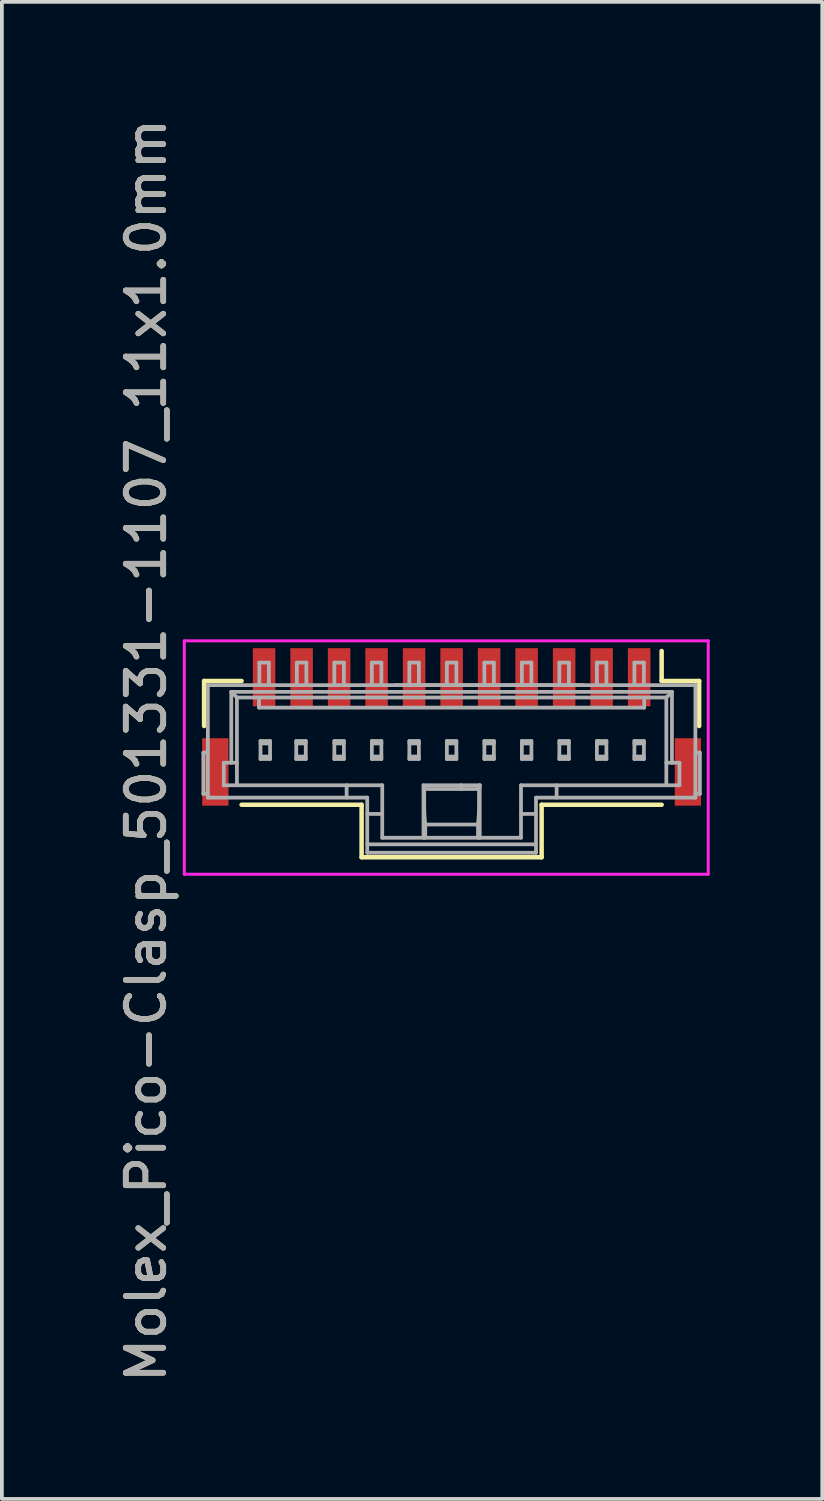
<source format=kicad_pcb>
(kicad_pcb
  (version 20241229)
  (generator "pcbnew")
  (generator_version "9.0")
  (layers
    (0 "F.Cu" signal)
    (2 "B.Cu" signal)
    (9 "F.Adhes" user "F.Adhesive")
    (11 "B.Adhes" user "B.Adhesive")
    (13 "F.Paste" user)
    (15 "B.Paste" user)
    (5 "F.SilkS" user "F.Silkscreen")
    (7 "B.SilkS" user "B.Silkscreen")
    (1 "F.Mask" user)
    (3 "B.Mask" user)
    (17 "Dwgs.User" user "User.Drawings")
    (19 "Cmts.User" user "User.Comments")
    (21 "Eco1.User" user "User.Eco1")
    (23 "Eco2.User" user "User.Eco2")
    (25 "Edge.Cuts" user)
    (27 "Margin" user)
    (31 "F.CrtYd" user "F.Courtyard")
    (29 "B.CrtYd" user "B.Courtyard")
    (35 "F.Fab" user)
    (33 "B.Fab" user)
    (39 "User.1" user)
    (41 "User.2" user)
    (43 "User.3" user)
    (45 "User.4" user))
  (footprint "Molex_Pico-Clasp_501331-1107_11x1.0mm"
    (layer "F.Cu")
    (at 9.992 16.958)
    (property "Reference" "Molex_Pico-Clasp_501331-1107_11x1.0mm" (at -9.144 0 90) (layer "F.SilkS") (effects (font (size 1 1) (thickness 0.15))))
    (attr smd)
    (fp_line (start -7.6 -1.85) (end -6.6 -1.85) (stroke (width 0.12) (type solid)) (layer "F.SilkS"))
    (fp_line (start -7.6 -0.65) (end -7.6 -1.85) (stroke (width 0.12) (type solid)) (layer "F.SilkS"))
    (fp_line (start -3.4 1.45) (end -6.6 1.45) (stroke (width 0.12) (type solid)) (layer "F.SilkS"))
    (fp_line (start -3.4 2.85) (end -3.4 1.45) (stroke (width 0.12) (type solid)) (layer "F.SilkS"))
    (fp_line (start -3.4 2.85) (end 1.4 2.85) (stroke (width 0.12) (type solid)) (layer "F.SilkS"))
    (fp_line (start 1.4 1.45) (end 4.6 1.45) (stroke (width 0.12) (type solid)) (layer "F.SilkS"))
    (fp_line (start 1.4 2.85) (end 1.4 1.45) (stroke (width 0.12) (type solid)) (layer "F.SilkS"))
    (fp_line (start 4.6 -1.85) (end 4.6 -2.65) (stroke (width 0.12) (type solid)) (layer "F.SilkS"))
    (fp_line (start 5.6 -1.85) (end 4.6 -1.85) (stroke (width 0.12) (type solid)) (layer "F.SilkS"))
    (fp_line (start 5.6 -0.65) (end 5.6 -1.85) (stroke (width 0.12) (type solid)) (layer "F.SilkS"))
    (fp_line (start -8.128 -2.921) (end 5.842 -2.921) (stroke (width 0.08) (type solid)) (layer "F.CrtYd"))
    (fp_line (start -8.128 3.302) (end -8.128 -2.921) (stroke (width 0.08) (type solid)) (layer "F.CrtYd"))
    (fp_line (start 5.842 -2.921) (end 5.842 3.302) (stroke (width 0.08) (type solid)) (layer "F.CrtYd"))
    (fp_line (start 5.842 3.302) (end -8.128 3.302) (stroke (width 0.08) (type solid)) (layer "F.CrtYd"))
    (fp_line (start -7.62 0.06) (end -7.62 1.16) (stroke (width 0.1) (type solid)) (layer "F.Fab"))
    (fp_line (start -7.62 0.06) (end -7.5 0.06) (stroke (width 0.1) (type solid)) (layer "F.Fab"))
    (fp_line (start -7.5 -1.74) (end 5.5 -1.74) (stroke (width 0.1) (type solid)) (layer "F.Fab"))
    (fp_line (start -7.5 1.16) (end -7.62 1.16) (stroke (width 0.1) (type solid)) (layer "F.Fab"))
    (fp_line (start -7.5 1.26) (end -7.5 -1.74) (stroke (width 0.1) (type solid)) (layer "F.Fab"))
    (fp_line (start -7.5 1.26) (end -3.25 1.26) (stroke (width 0.1) (type solid)) (layer "F.Fab"))
    (fp_line (start -7.075 0.33) (end -7.075 0.93) (stroke (width 0.1) (type solid)) (layer "F.Fab"))
    (fp_line (start -7.075 0.33) (end -6.725 0.33) (stroke (width 0.1) (type solid)) (layer "F.Fab"))
    (fp_line (start -6.875 -1.56) (end -6.725 -1.41) (stroke (width 0.1) (type solid)) (layer "F.Fab"))
    (fp_line (start -6.875 -1.56) (end 4.875 -1.56) (stroke (width 0.1) (type solid)) (layer "F.Fab"))
    (fp_line (start -6.875 0.33) (end -6.875 -1.56) (stroke (width 0.1) (type solid)) (layer "F.Fab"))
    (fp_line (start -6.725 -1.41) (end 4.725 -1.41) (stroke (width 0.1) (type solid)) (layer "F.Fab"))
    (fp_line (start -6.725 0.93) (end -6.725 -1.41) (stroke (width 0.1) (type solid)) (layer "F.Fab"))
    (fp_line (start -6.135 -1.14) (end -6.135 -1.41) (stroke (width 0.1) (type solid)) (layer "F.Fab"))
    (fp_line (start -6.127 -2.34) (end -5.873 -2.34) (stroke (width 0.1) (type solid)) (layer "F.Fab"))
    (fp_line (start -6.127 -1.74) (end -6.127 -2.34) (stroke (width 0.1) (type solid)) (layer "F.Fab"))
    (fp_line (start -6.096 -0.25) (end -6.096 0.23) (stroke (width 0.1) (type solid)) (layer "F.Fab"))
    (fp_line (start -6.096 -0.25) (end -5.841 -0.25) (stroke (width 0.1) (type solid)) (layer "F.Fab"))
    (fp_line (start -6.096 -0.185) (end -5.841 -0.185) (stroke (width 0.1) (type solid)) (layer "F.Fab"))
    (fp_line (start -6.096 0.165) (end -5.841 0.165) (stroke (width 0.1) (type solid)) (layer "F.Fab"))
    (fp_line (start -6.096 0.23) (end -5.841 0.23) (stroke (width 0.1) (type solid)) (layer "F.Fab"))
    (fp_line (start -5.873 -2.34) (end -5.873 -1.74) (stroke (width 0.1) (type solid)) (layer "F.Fab"))
    (fp_line (start -5.841 -0.25) (end -5.841 0.23) (stroke (width 0.1) (type solid)) (layer "F.Fab"))
    (fp_line (start -5.143 -0.25) (end -5.143 0.23) (stroke (width 0.1) (type solid)) (layer "F.Fab"))
    (fp_line (start -5.143 -0.25) (end -4.889 -0.25) (stroke (width 0.1) (type solid)) (layer "F.Fab"))
    (fp_line (start -5.143 -0.185) (end -4.889 -0.185) (stroke (width 0.1) (type solid)) (layer "F.Fab"))
    (fp_line (start -5.143 0.165) (end -4.889 0.165) (stroke (width 0.1) (type solid)) (layer "F.Fab"))
    (fp_line (start -5.143 0.23) (end -4.889 0.23) (stroke (width 0.1) (type solid)) (layer "F.Fab"))
    (fp_line (start -5.127 -2.34) (end -4.873 -2.34) (stroke (width 0.1) (type solid)) (layer "F.Fab"))
    (fp_line (start -5.127 -1.74) (end -5.127 -2.34) (stroke (width 0.1) (type solid)) (layer "F.Fab"))
    (fp_line (start -4.889 -0.25) (end -4.889 0.23) (stroke (width 0.1) (type solid)) (layer "F.Fab"))
    (fp_line (start -4.873 -2.34) (end -4.873 -1.74) (stroke (width 0.1) (type solid)) (layer "F.Fab"))
    (fp_line (start -4.127 -2.34) (end -3.873 -2.34) (stroke (width 0.1) (type solid)) (layer "F.Fab"))
    (fp_line (start -4.127 -1.74) (end -4.127 -2.34) (stroke (width 0.1) (type solid)) (layer "F.Fab"))
    (fp_line (start -4.127 -0.25) (end -4.127 0.23) (stroke (width 0.1) (type solid)) (layer "F.Fab"))
    (fp_line (start -4.127 -0.25) (end -3.873 -0.25) (stroke (width 0.1) (type solid)) (layer "F.Fab"))
    (fp_line (start -4.127 -0.185) (end -3.873 -0.185) (stroke (width 0.1) (type solid)) (layer "F.Fab"))
    (fp_line (start -4.127 0.165) (end -3.873 0.165) (stroke (width 0.1) (type solid)) (layer "F.Fab"))
    (fp_line (start -4.127 0.23) (end -3.873 0.23) (stroke (width 0.1) (type solid)) (layer "F.Fab"))
    (fp_line (start -3.873 -2.34) (end -3.873 -1.74) (stroke (width 0.1) (type solid)) (layer "F.Fab"))
    (fp_line (start -3.873 -0.25) (end -3.873 0.23) (stroke (width 0.1) (type solid)) (layer "F.Fab"))
    (fp_line (start -3.8 0.93) (end -3.8 1.26) (stroke (width 0.1) (type solid)) (layer "F.Fab"))
    (fp_line (start -3.25 1.695) (end -2.85 1.695) (stroke (width 0.1) (type solid)) (layer "F.Fab"))
    (fp_line (start -3.25 2.505) (end 1.25 2.505) (stroke (width 0.1) (type solid)) (layer "F.Fab"))
    (fp_line (start -3.25 2.73) (end -3.25 1.26) (stroke (width 0.1) (type solid)) (layer "F.Fab"))
    (fp_line (start -3.127 -2.34) (end -3.127 -1.74) (stroke (width 0.1) (type solid)) (layer "F.Fab"))
    (fp_line (start -3.127 -2.34) (end -2.873 -2.34) (stroke (width 0.1) (type solid)) (layer "F.Fab"))
    (fp_line (start -3.127 -0.25) (end -3.127 0.23) (stroke (width 0.1) (type solid)) (layer "F.Fab"))
    (fp_line (start -3.127 -0.25) (end -2.873 -0.25) (stroke (width 0.1) (type solid)) (layer "F.Fab"))
    (fp_line (start -3.127 -0.185) (end -2.873 -0.185) (stroke (width 0.1) (type solid)) (layer "F.Fab"))
    (fp_line (start -3.127 0.165) (end -2.873 0.165) (stroke (width 0.1) (type solid)) (layer "F.Fab"))
    (fp_line (start -3.127 0.23) (end -2.873 0.23) (stroke (width 0.1) (type solid)) (layer "F.Fab"))
    (fp_line (start -2.873 -2.34) (end -2.873 -1.74) (stroke (width 0.1) (type solid)) (layer "F.Fab"))
    (fp_line (start -2.873 -0.25) (end -2.873 0.23) (stroke (width 0.1) (type solid)) (layer "F.Fab"))
    (fp_line (start -2.85 0.93) (end -7.075 0.93) (stroke (width 0.1) (type solid)) (layer "F.Fab"))
    (fp_line (start -2.85 0.93) (end -2.85 2.33) (stroke (width 0.1) (type solid)) (layer "F.Fab"))
    (fp_line (start -2.5 -1.74) (end 2.5 -1.74) (stroke (width 0.1) (type solid)) (layer "F.Fab"))
    (fp_line (start -2.127 -2.34) (end -2.127 -1.74) (stroke (width 0.1) (type solid)) (layer "F.Fab"))
    (fp_line (start -2.127 -2.34) (end -1.873 -2.34) (stroke (width 0.1) (type solid)) (layer "F.Fab"))
    (fp_line (start -2.127 -0.25) (end -2.127 0.23) (stroke (width 0.1) (type solid)) (layer "F.Fab"))
    (fp_line (start -2.127 -0.25) (end -1.873 -0.25) (stroke (width 0.1) (type solid)) (layer "F.Fab"))
    (fp_line (start -2.127 -0.185) (end -1.873 -0.185) (stroke (width 0.1) (type solid)) (layer "F.Fab"))
    (fp_line (start -2.127 0.165) (end -1.873 0.165) (stroke (width 0.1) (type solid)) (layer "F.Fab"))
    (fp_line (start -2.127 0.23) (end -1.873 0.23) (stroke (width 0.1) (type solid)) (layer "F.Fab"))
    (fp_line (start -1.873 -2.34) (end -1.873 -1.74) (stroke (width 0.1) (type solid)) (layer "F.Fab"))
    (fp_line (start -1.873 -0.25) (end -1.873 0.23) (stroke (width 0.1) (type solid)) (layer "F.Fab"))
    (fp_line (start -1.75 0.93) (end -0.25 0.93) (stroke (width 0.1) (type solid)) (layer "F.Fab"))
    (fp_line (start -1.75 2.33) (end -1.75 0.93) (stroke (width 0.1) (type solid)) (layer "F.Fab"))
    (fp_line (start -1.731 1.03) (end -0.269 1.03) (stroke (width 0.1) (type solid)) (layer "F.Fab"))
    (fp_line (start -1.731 1.41) (end -1.731 1.03) (stroke (width 0.1) (type solid)) (layer "F.Fab"))
    (fp_line (start -1.703 1.977) (end -1.703 2.33) (stroke (width 0.1) (type solid)) (layer "F.Fab"))
    (fp_line (start -1.127 -2.34) (end -1.127 -1.74) (stroke (width 0.1) (type solid)) (layer "F.Fab"))
    (fp_line (start -1.127 -2.34) (end -0.873 -2.34) (stroke (width 0.1) (type solid)) (layer "F.Fab"))
    (fp_line (start -1.127 -0.25) (end -1.127 0.23) (stroke (width 0.1) (type solid)) (layer "F.Fab"))
    (fp_line (start -1.127 -0.25) (end -0.873 -0.25) (stroke (width 0.1) (type solid)) (layer "F.Fab"))
    (fp_line (start -1.127 -0.185) (end -0.873 -0.185) (stroke (width 0.1) (type solid)) (layer "F.Fab"))
    (fp_line (start -1.127 0.165) (end -0.873 0.165) (stroke (width 0.1) (type solid)) (layer "F.Fab"))
    (fp_line (start -1.127 0.23) (end -0.873 0.23) (stroke (width 0.1) (type solid)) (layer "F.Fab"))
    (fp_line (start -0.873 -2.34) (end -0.873 -1.74) (stroke (width 0.1) (type solid)) (layer "F.Fab"))
    (fp_line (start -0.873 -0.25) (end -0.873 0.23) (stroke (width 0.1) (type solid)) (layer "F.Fab"))
    (fp_line (start -0.75 0.93) (end -0.731 1.03) (stroke (width 0.1) (type solid)) (layer "F.Fab"))
    (fp_line (start -0.297 1.977) (end -1.703 1.977) (stroke (width 0.1) (type solid)) (layer "F.Fab"))
    (fp_line (start -0.297 2.33) (end -0.297 1.977) (stroke (width 0.1) (type solid)) (layer "F.Fab"))
    (fp_line (start -0.269 1.03) (end -0.25 0.93) (stroke (width 0.1) (type solid)) (layer "F.Fab"))
    (fp_line (start -0.269 1.41) (end -0.269 1.03) (stroke (width 0.1) (type solid)) (layer "F.Fab"))
    (fp_line (start -0.25 0.93) (end -0.25 2.33) (stroke (width 0.1) (type solid)) (layer "F.Fab"))
    (fp_line (start -0.127 -2.34) (end -0.127 -1.74) (stroke (width 0.1) (type solid)) (layer "F.Fab"))
    (fp_line (start -0.127 -2.34) (end 0.127 -2.34) (stroke (width 0.1) (type solid)) (layer "F.Fab"))
    (fp_line (start -0.127 -0.25) (end -0.127 0.23) (stroke (width 0.1) (type solid)) (layer "F.Fab"))
    (fp_line (start -0.127 -0.25) (end 0.127 -0.25) (stroke (width 0.1) (type solid)) (layer "F.Fab"))
    (fp_line (start -0.127 -0.185) (end 0.127 -0.185) (stroke (width 0.1) (type solid)) (layer "F.Fab"))
    (fp_line (start -0.127 0.165) (end 0.127 0.165) (stroke (width 0.1) (type solid)) (layer "F.Fab"))
    (fp_line (start -0.127 0.23) (end 0.127 0.23) (stroke (width 0.1) (type solid)) (layer "F.Fab"))
    (fp_line (start 0.127 -2.34) (end 0.127 -1.74) (stroke (width 0.1) (type solid)) (layer "F.Fab"))
    (fp_line (start 0.127 -0.25) (end 0.127 0.23) (stroke (width 0.1) (type solid)) (layer "F.Fab"))
    (fp_line (start 0.85 1.695) (end 1.25 1.695) (stroke (width 0.1) (type solid)) (layer "F.Fab"))
    (fp_line (start 0.85 2.33) (end -2.85 2.33) (stroke (width 0.1) (type solid)) (layer "F.Fab"))
    (fp_line (start 0.85 2.33) (end 0.85 0.93) (stroke (width 0.1) (type solid)) (layer "F.Fab"))
    (fp_line (start 0.873 -2.34) (end 0.873 -1.74) (stroke (width 0.1) (type solid)) (layer "F.Fab"))
    (fp_line (start 0.873 -2.34) (end 1.127 -2.34) (stroke (width 0.1) (type solid)) (layer "F.Fab"))
    (fp_line (start 0.873 -0.25) (end 0.873 0.23) (stroke (width 0.1) (type solid)) (layer "F.Fab"))
    (fp_line (start 0.873 -0.25) (end 1.127 -0.25) (stroke (width 0.1) (type solid)) (layer "F.Fab"))
    (fp_line (start 0.873 -0.185) (end 1.127 -0.185) (stroke (width 0.1) (type solid)) (layer "F.Fab"))
    (fp_line (start 0.873 0.165) (end 1.127 0.165) (stroke (width 0.1) (type solid)) (layer "F.Fab"))
    (fp_line (start 0.873 0.23) (end 1.127 0.23) (stroke (width 0.1) (type solid)) (layer "F.Fab"))
    (fp_line (start 1.127 -2.34) (end 1.127 -1.74) (stroke (width 0.1) (type solid)) (layer "F.Fab"))
    (fp_line (start 1.127 -0.25) (end 1.127 0.23) (stroke (width 0.1) (type solid)) (layer "F.Fab"))
    (fp_line (start 1.25 1.26) (end 5.5 1.26) (stroke (width 0.1) (type solid)) (layer "F.Fab"))
    (fp_line (start 1.25 2.73) (end -3.25 2.73) (stroke (width 0.1) (type solid)) (layer "F.Fab"))
    (fp_line (start 1.25 2.73) (end 1.25 1.26) (stroke (width 0.1) (type solid)) (layer "F.Fab"))
    (fp_line (start 1.8 1.26) (end 1.8 0.93) (stroke (width 0.1) (type solid)) (layer "F.Fab"))
    (fp_line (start 1.873 -2.34) (end 1.873 -1.74) (stroke (width 0.1) (type solid)) (layer "F.Fab"))
    (fp_line (start 1.873 -2.34) (end 2.127 -2.34) (stroke (width 0.1) (type solid)) (layer "F.Fab"))
    (fp_line (start 1.873 -0.25) (end 1.873 0.23) (stroke (width 0.1) (type solid)) (layer "F.Fab"))
    (fp_line (start 1.873 -0.25) (end 2.127 -0.25) (stroke (width 0.1) (type solid)) (layer "F.Fab"))
    (fp_line (start 1.873 -0.185) (end 2.127 -0.185) (stroke (width 0.1) (type solid)) (layer "F.Fab"))
    (fp_line (start 1.873 0.165) (end 2.127 0.165) (stroke (width 0.1) (type solid)) (layer "F.Fab"))
    (fp_line (start 1.873 0.23) (end 2.127 0.23) (stroke (width 0.1) (type solid)) (layer "F.Fab"))
    (fp_line (start 2.127 -2.34) (end 2.127 -1.74) (stroke (width 0.1) (type solid)) (layer "F.Fab"))
    (fp_line (start 2.127 -0.25) (end 2.127 0.23) (stroke (width 0.1) (type solid)) (layer "F.Fab"))
    (fp_line (start 2.873 -2.34) (end 2.873 -1.74) (stroke (width 0.1) (type solid)) (layer "F.Fab"))
    (fp_line (start 2.873 -2.34) (end 3.127 -2.34) (stroke (width 0.1) (type solid)) (layer "F.Fab"))
    (fp_line (start 2.873 -0.25) (end 2.873 0.23) (stroke (width 0.1) (type solid)) (layer "F.Fab"))
    (fp_line (start 2.873 -0.25) (end 3.127 -0.25) (stroke (width 0.1) (type solid)) (layer "F.Fab"))
    (fp_line (start 2.873 -0.185) (end 3.127 -0.185) (stroke (width 0.1) (type solid)) (layer "F.Fab"))
    (fp_line (start 2.873 0.165) (end 3.127 0.165) (stroke (width 0.1) (type solid)) (layer "F.Fab"))
    (fp_line (start 2.873 0.23) (end 3.127 0.23) (stroke (width 0.1) (type solid)) (layer "F.Fab"))
    (fp_line (start 3.127 -1.74) (end 3.127 -2.34) (stroke (width 0.1) (type solid)) (layer "F.Fab"))
    (fp_line (start 3.127 -0.25) (end 3.127 0.23) (stroke (width 0.1) (type solid)) (layer "F.Fab"))
    (fp_line (start 3.873 -2.34) (end 4.127 -2.34) (stroke (width 0.1) (type solid)) (layer "F.Fab"))
    (fp_line (start 3.873 -1.74) (end 3.873 -2.34) (stroke (width 0.1) (type solid)) (layer "F.Fab"))
    (fp_line (start 3.873 -0.25) (end 3.873 0.23) (stroke (width 0.1) (type solid)) (layer "F.Fab"))
    (fp_line (start 3.873 -0.25) (end 4.127 -0.25) (stroke (width 0.1) (type solid)) (layer "F.Fab"))
    (fp_line (start 3.873 -0.185) (end 4.127 -0.185) (stroke (width 0.1) (type solid)) (layer "F.Fab"))
    (fp_line (start 3.873 0.165) (end 4.127 0.165) (stroke (width 0.1) (type solid)) (layer "F.Fab"))
    (fp_line (start 3.873 0.23) (end 4.127 0.23) (stroke (width 0.1) (type solid)) (layer "F.Fab"))
    (fp_line (start 4.127 -2.34) (end 4.127 -1.74) (stroke (width 0.1) (type solid)) (layer "F.Fab"))
    (fp_line (start 4.127 -0.25) (end 4.127 0.23) (stroke (width 0.1) (type solid)) (layer "F.Fab"))
    (fp_line (start 4.135 -1.14) (end -6.135 -1.14) (stroke (width 0.1) (type solid)) (layer "F.Fab"))
    (fp_line (start 4.135 -1.14) (end 4.135 -1.41) (stroke (width 0.1) (type solid)) (layer "F.Fab"))
    (fp_line (start 4.725 -1.41) (end 4.725 0.93) (stroke (width 0.1) (type solid)) (layer "F.Fab"))
    (fp_line (start 4.725 -1.41) (end 4.875 -1.56) (stroke (width 0.1) (type solid)) (layer "F.Fab"))
    (fp_line (start 4.875 -1.56) (end 4.875 0.33) (stroke (width 0.1) (type solid)) (layer "F.Fab"))
    (fp_line (start 5.075 0.33) (end 4.725 0.33) (stroke (width 0.1) (type solid)) (layer "F.Fab"))
    (fp_line (start 5.075 0.93) (end 0.85 0.93) (stroke (width 0.1) (type solid)) (layer "F.Fab"))
    (fp_line (start 5.075 0.93) (end 5.075 0.33) (stroke (width 0.1) (type solid)) (layer "F.Fab"))
    (fp_line (start 5.5 -1.74) (end 5.5 1.26) (stroke (width 0.1) (type solid)) (layer "F.Fab"))
    (fp_line (start 5.5 0.06) (end 5.62 0.06) (stroke (width 0.1) (type solid)) (layer "F.Fab"))
    (fp_line (start 5.62 1.16) (end 5.5 1.16) (stroke (width 0.1) (type solid)) (layer "F.Fab"))
    (fp_line (start 5.62 1.16) (end 5.62 0.06) (stroke (width 0.1) (type solid)) (layer "F.Fab"))
    (fp_arc (start -1.702818 1.977078) (mid -1.72524 1.693813) (end -1.730742 1.409716) (stroke (width 0.1) (type solid)) (layer "F.Fab"))
    (fp_arc (start -0.269258 1.409717) (mid -0.27476 1.693814) (end -0.297182 1.977079) (stroke (width 0.1) (type solid)) (layer "F.Fab"))
    (fp_text user "${REFERENCE}" (at -9.144 0 90) (layer "F.Fab") (effects (font (size 1 1) (thickness 0.15))))
    (pad "1" smd rect (at 4 -1.95) (size 0.6 1.55) (layers "F.Cu" "F.Mask" "F.Paste"))
    (pad "2" smd rect (at 3 -1.95) (size 0.6 1.55) (layers "F.Cu" "F.Mask" "F.Paste"))
    (pad "3" smd rect (at 2 -1.95) (size 0.6 1.55) (layers "F.Cu" "F.Mask" "F.Paste"))
    (pad "4" smd rect (at 1 -1.95) (size 0.6 1.55) (layers "F.Cu" "F.Mask" "F.Paste"))
    (pad "5" smd rect (at 0 -1.95) (size 0.6 1.55) (layers "F.Cu" "F.Mask" "F.Paste"))
    (pad "6" smd rect (at -1 -1.95) (size 0.6 1.55) (layers "F.Cu" "F.Mask" "F.Paste"))
    (pad "7" smd rect (at -2 -1.95) (size 0.6 1.55) (layers "F.Cu" "F.Mask" "F.Paste"))
    (pad "8" smd rect (at -3 -1.95) (size 0.6 1.55) (layers "F.Cu" "F.Mask" "F.Paste"))
    (pad "9" smd rect (at -4 -1.95) (size 0.6 1.55) (layers "F.Cu" "F.Mask" "F.Paste"))
    (pad "10" smd rect (at -5 -1.95) (size 0.6 1.55) (layers "F.Cu" "F.Mask" "F.Paste"))
    (pad "11" smd rect (at -6 -1.95) (size 0.6 1.55) (layers "F.Cu" "F.Mask" "F.Paste"))
    (pad "12" smd rect (at -7.3 0.575) (size 0.7 1.8) (layers "F.Cu" "F.Mask" "F.Paste"))
    (pad "12" smd rect (at 5.3 0.575) (size 0.7 1.8) (layers "F.Cu" "F.Mask" "F.Paste")))
  (gr_rect
    (start -3 -3)
    (end 18.874 36.917)
    (stroke (width 0.1) (type default))
    (fill no)
    (layer "Edge.Cuts")))
</source>
